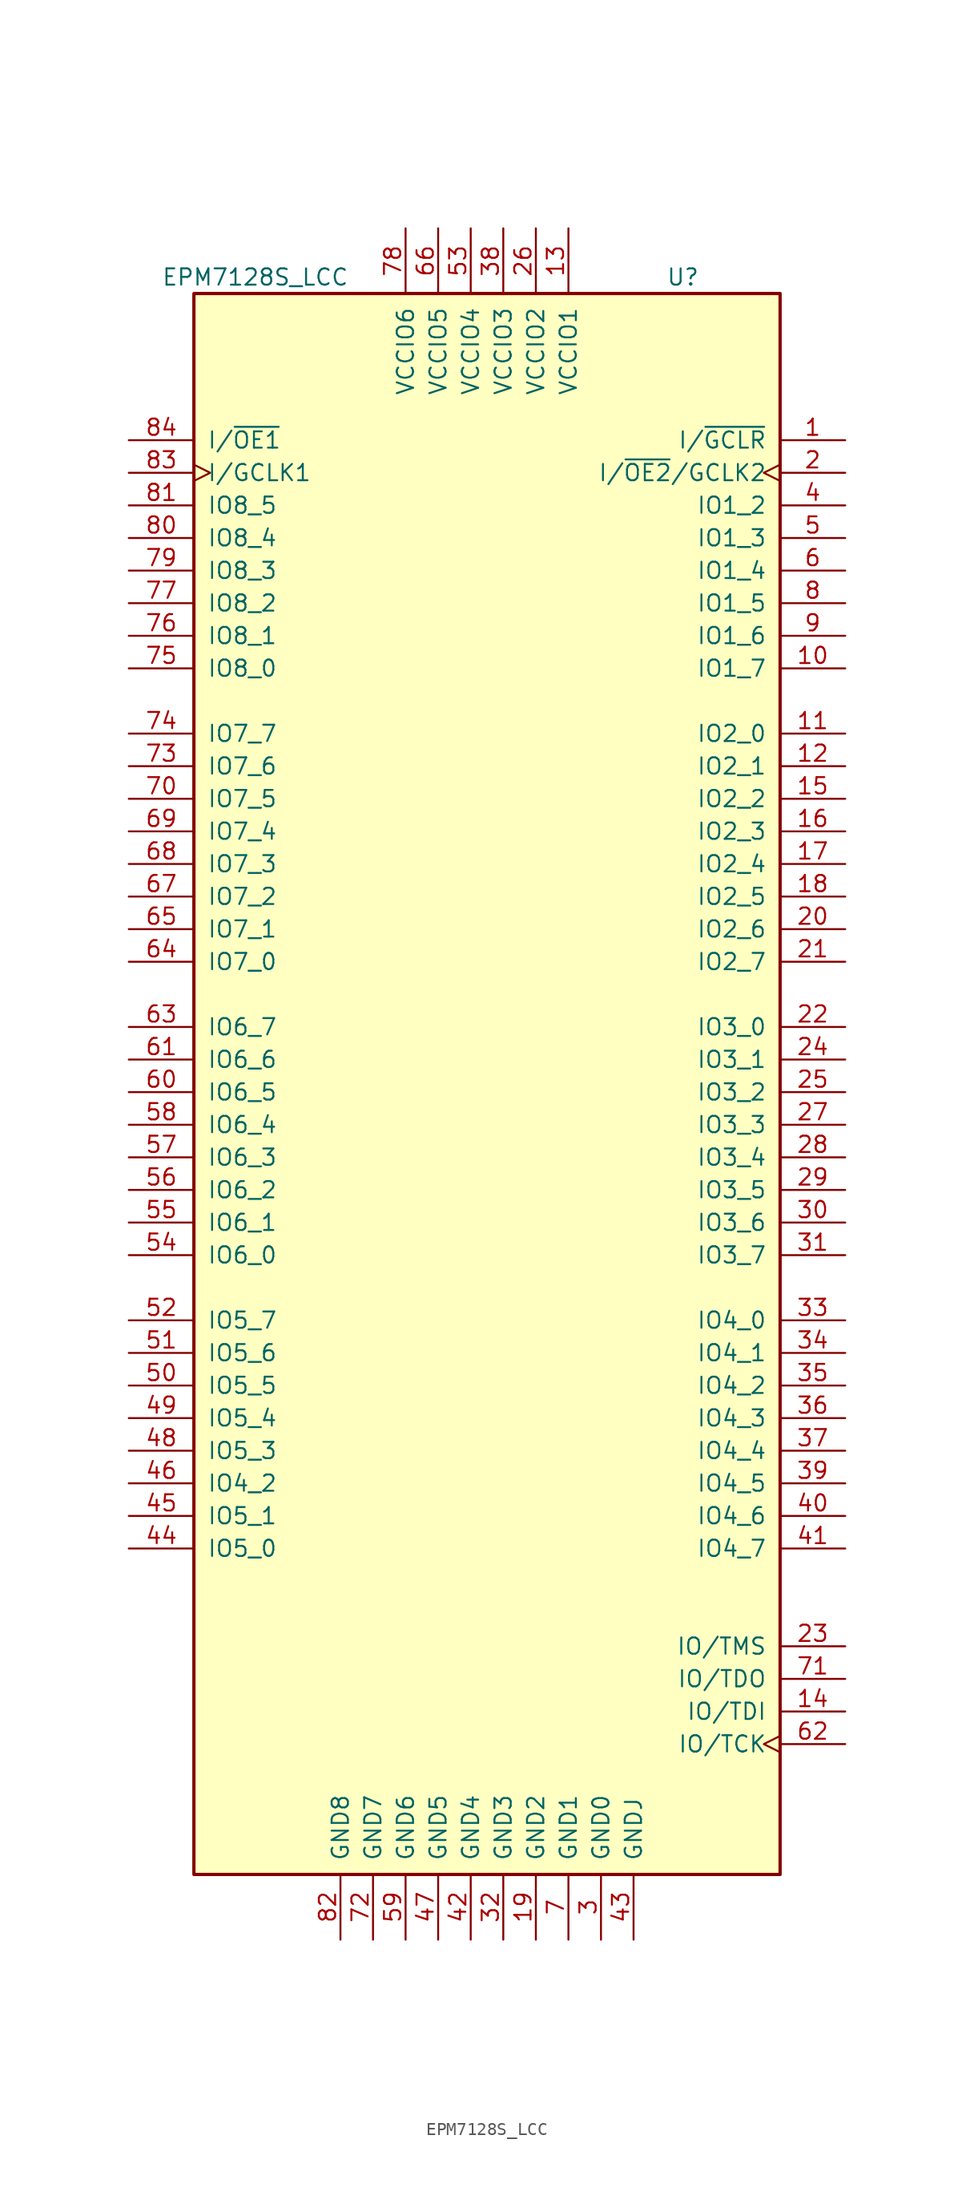
<source format=kicad_sym>
(kicad_symbol_lib
  (version 20241209)
  (generator "kicad_symbol_editor")
  (generator_version "9.0")
  (symbol "EPM7128S_LCC"
    (pin_names
      (offset 1.016))
    (property "Reference" "U"
      (at 13.97 50.8 0)
      (effects (font (size 1.27 1.27)) (justify left)))
    (property "Value" "EPM7128S_LCC"
      (at -25.4 50.8 0)
      (effects (font (size 1.27 1.27)) (justify left)))
    (symbol "EPM7128S_LCC_1_1"
      (rectangle (start -22.86 49.53) (end 22.86 -73.66) (stroke (width 0.254) (type default)) (fill (type background)))
      (pin input line (at -27.94 38.1 0) (length 5.08) (name "I/~{OE1}" (effects (font (size 1.27 1.27)))) (number "84" (effects (font (size 1.27 1.27)))))
      (pin input clock (at -27.94 35.56 0) (length 5.08) (name "I/GCLK1" (effects (font (size 1.27 1.27)))) (number "83" (effects (font (size 1.27 1.27)))))
      (pin bidirectional line (at -27.94 33.02 0) (length 5.08) (name "IO8_5" (effects (font (size 1.27 1.27)))) (number "81" (effects (font (size 1.27 1.27)))))
      (pin bidirectional line (at -27.94 30.48 0) (length 5.08) (name "IO8_4" (effects (font (size 1.27 1.27)))) (number "80" (effects (font (size 1.27 1.27)))))
      (pin bidirectional line (at -27.94 27.94 0) (length 5.08) (name "IO8_3" (effects (font (size 1.27 1.27)))) (number "79" (effects (font (size 1.27 1.27)))))
      (pin bidirectional line (at -27.94 25.4 0) (length 5.08) (name "IO8_2" (effects (font (size 1.27 1.27)))) (number "77" (effects (font (size 1.27 1.27)))))
      (pin bidirectional line (at -27.94 22.86 0) (length 5.08) (name "IO8_1" (effects (font (size 1.27 1.27)))) (number "76" (effects (font (size 1.27 1.27)))))
      (pin bidirectional line (at -27.94 20.32 0) (length 5.08) (name "IO8_0" (effects (font (size 1.27 1.27)))) (number "75" (effects (font (size 1.27 1.27)))))
      (pin bidirectional line (at -27.94 15.24 0) (length 5.08) (name "IO7_7" (effects (font (size 1.27 1.27)))) (number "74" (effects (font (size 1.27 1.27)))))
      (pin bidirectional line (at -27.94 12.7 0) (length 5.08) (name "IO7_6" (effects (font (size 1.27 1.27)))) (number "73" (effects (font (size 1.27 1.27)))))
      (pin bidirectional line (at -27.94 10.16 0) (length 5.08) (name "IO7_5" (effects (font (size 1.27 1.27)))) (number "70" (effects (font (size 1.27 1.27)))))
      (pin bidirectional line (at -27.94 7.62 0) (length 5.08) (name "IO7_4" (effects (font (size 1.27 1.27)))) (number "69" (effects (font (size 1.27 1.27)))))
      (pin bidirectional line (at -27.94 5.08 0) (length 5.08) (name "IO7_3" (effects (font (size 1.27 1.27)))) (number "68" (effects (font (size 1.27 1.27)))))
      (pin bidirectional line (at -27.94 2.54 0) (length 5.08) (name "IO7_2" (effects (font (size 1.27 1.27)))) (number "67" (effects (font (size 1.27 1.27)))))
      (pin bidirectional line (at -27.94 0 0) (length 5.08) (name "IO7_1" (effects (font (size 1.27 1.27)))) (number "65" (effects (font (size 1.27 1.27)))))
      (pin bidirectional line (at -27.94 -2.54 0) (length 5.08) (name "IO7_0" (effects (font (size 1.27 1.27)))) (number "64" (effects (font (size 1.27 1.27)))))
      (pin bidirectional line (at -27.94 -7.62 0) (length 5.08) (name "IO6_7" (effects (font (size 1.27 1.27)))) (number "63" (effects (font (size 1.27 1.27)))))
      (pin bidirectional line (at -27.94 -10.16 0) (length 5.08) (name "IO6_6" (effects (font (size 1.27 1.27)))) (number "61" (effects (font (size 1.27 1.27)))))
      (pin bidirectional line (at -27.94 -12.7 0) (length 5.08) (name "IO6_5" (effects (font (size 1.27 1.27)))) (number "60" (effects (font (size 1.27 1.27)))))
      (pin bidirectional line (at -27.94 -15.24 0) (length 5.08) (name "IO6_4" (effects (font (size 1.27 1.27)))) (number "58" (effects (font (size 1.27 1.27)))))
      (pin bidirectional line (at -27.94 -17.78 0) (length 5.08) (name "IO6_3" (effects (font (size 1.27 1.27)))) (number "57" (effects (font (size 1.27 1.27)))))
      (pin bidirectional line (at -27.94 -20.32 0) (length 5.08) (name "IO6_2" (effects (font (size 1.27 1.27)))) (number "56" (effects (font (size 1.27 1.27)))))
      (pin bidirectional line (at -27.94 -22.86 0) (length 5.08) (name "IO6_1" (effects (font (size 1.27 1.27)))) (number "55" (effects (font (size 1.27 1.27)))))
      (pin bidirectional line (at -27.94 -25.4 0) (length 5.08) (name "IO6_0" (effects (font (size 1.27 1.27)))) (number "54" (effects (font (size 1.27 1.27)))))
      (pin bidirectional line (at -27.94 -30.48 0) (length 5.08) (name "IO5_7" (effects (font (size 1.27 1.27)))) (number "52" (effects (font (size 1.27 1.27)))))
      (pin bidirectional line (at -27.94 -33.02 0) (length 5.08) (name "IO5_6" (effects (font (size 1.27 1.27)))) (number "51" (effects (font (size 1.27 1.27)))))
      (pin bidirectional line (at -27.94 -35.56 0) (length 5.08) (name "IO5_5" (effects (font (size 1.27 1.27)))) (number "50" (effects (font (size 1.27 1.27)))))
      (pin bidirectional line (at -27.94 -38.1 0) (length 5.08) (name "IO5_4" (effects (font (size 1.27 1.27)))) (number "49" (effects (font (size 1.27 1.27)))))
      (pin bidirectional line (at -27.94 -40.64 0) (length 5.08) (name "IO5_3" (effects (font (size 1.27 1.27)))) (number "48" (effects (font (size 1.27 1.27)))))
      (pin bidirectional line (at -27.94 -43.18 0) (length 5.08) (name "IO4_2" (effects (font (size 1.27 1.27)))) (number "46" (effects (font (size 1.27 1.27)))))
      (pin bidirectional line (at -27.94 -45.72 0) (length 5.08) (name "IO5_1" (effects (font (size 1.27 1.27)))) (number "45" (effects (font (size 1.27 1.27)))))
      (pin bidirectional line (at -27.94 -48.26 0) (length 5.08) (name "IO5_0" (effects (font (size 1.27 1.27)))) (number "44" (effects (font (size 1.27 1.27)))))
      (pin power_in line (at -11.43 -78.74 90) (length 5.08) (name "GND8" (effects (font (size 1.27 1.27)))) (number "82" (effects (font (size 1.27 1.27)))))
      (pin power_in line (at -8.89 -78.74 90) (length 5.08) (name "GND7" (effects (font (size 1.27 1.27)))) (number "72" (effects (font (size 1.27 1.27)))))
      (pin power_in line (at -6.35 54.61 270) (length 5.08) (name "VCCIO6" (effects (font (size 1.27 1.27)))) (number "78" (effects (font (size 1.27 1.27)))))
      (pin power_in line (at -6.35 -78.74 90) (length 5.08) (name "GND6" (effects (font (size 1.27 1.27)))) (number "59" (effects (font (size 1.27 1.27)))))
      (pin power_in line (at -3.81 54.61 270) (length 5.08) (name "VCCIO5" (effects (font (size 1.27 1.27)))) (number "66" (effects (font (size 1.27 1.27)))))
      (pin power_in line (at -3.81 -78.74 90) (length 5.08) (name "GND5" (effects (font (size 1.27 1.27)))) (number "47" (effects (font (size 1.27 1.27)))))
      (pin power_in line (at -1.27 54.61 270) (length 5.08) (name "VCCIO4" (effects (font (size 1.27 1.27)))) (number "53" (effects (font (size 1.27 1.27)))))
      (pin power_in line (at -1.27 -78.74 90) (length 5.08) (name "GND4" (effects (font (size 1.27 1.27)))) (number "42" (effects (font (size 1.27 1.27)))))
      (pin power_in line (at 1.27 54.61 270) (length 5.08) (name "VCCIO3" (effects (font (size 1.27 1.27)))) (number "38" (effects (font (size 1.27 1.27)))))
      (pin power_in line (at 1.27 -78.74 90) (length 5.08) (name "GND3" (effects (font (size 1.27 1.27)))) (number "32" (effects (font (size 1.27 1.27)))))
      (pin power_in line (at 3.81 54.61 270) (length 5.08) (name "VCCIO2" (effects (font (size 1.27 1.27)))) (number "26" (effects (font (size 1.27 1.27)))))
      (pin power_in line (at 3.81 -78.74 90) (length 5.08) (name "GND2" (effects (font (size 1.27 1.27)))) (number "19" (effects (font (size 1.27 1.27)))))
      (pin power_in line (at 6.35 54.61 270) (length 5.08) (name "VCCIO1" (effects (font (size 1.27 1.27)))) (number "13" (effects (font (size 1.27 1.27)))))
      (pin power_in line (at 6.35 -78.74 90) (length 5.08) (name "GND1" (effects (font (size 1.27 1.27)))) (number "7" (effects (font (size 1.27 1.27)))))
      (pin power_in line (at 8.89 -78.74 90) (length 5.08) (name "GND0" (effects (font (size 1.27 1.27)))) (number "3" (effects (font (size 1.27 1.27)))))
      (pin power_in line (at 11.43 -78.74 90) (length 5.08) (name "GNDJ" (effects (font (size 1.27 1.27)))) (number "43" (effects (font (size 1.27 1.27)))))
      (pin input line (at 27.94 38.1 180) (length 5.08) (name "I/~{GCLR}" (effects (font (size 1.27 1.27)))) (number "1" (effects (font (size 1.27 1.27)))))
      (pin input clock (at 27.94 35.56 180) (length 5.08) (name "I/~{OE2}/GCLK2" (effects (font (size 1.27 1.27)))) (number "2" (effects (font (size 1.27 1.27)))))
      (pin bidirectional line (at 27.94 33.02 180) (length 5.08) (name "IO1_2" (effects (font (size 1.27 1.27)))) (number "4" (effects (font (size 1.27 1.27)))))
      (pin bidirectional line (at 27.94 30.48 180) (length 5.08) (name "IO1_3" (effects (font (size 1.27 1.27)))) (number "5" (effects (font (size 1.27 1.27)))))
      (pin bidirectional line (at 27.94 27.94 180) (length 5.08) (name "IO1_4" (effects (font (size 1.27 1.27)))) (number "6" (effects (font (size 1.27 1.27)))))
      (pin bidirectional line (at 27.94 25.4 180) (length 5.08) (name "IO1_5" (effects (font (size 1.27 1.27)))) (number "8" (effects (font (size 1.27 1.27)))))
      (pin bidirectional line (at 27.94 22.86 180) (length 5.08) (name "IO1_6" (effects (font (size 1.27 1.27)))) (number "9" (effects (font (size 1.27 1.27)))))
      (pin bidirectional line (at 27.94 20.32 180) (length 5.08) (name "IO1_7" (effects (font (size 1.27 1.27)))) (number "10" (effects (font (size 1.27 1.27)))))
      (pin bidirectional line (at 27.94 15.24 180) (length 5.08) (name "IO2_0" (effects (font (size 1.27 1.27)))) (number "11" (effects (font (size 1.27 1.27)))))
      (pin bidirectional line (at 27.94 12.7 180) (length 5.08) (name "IO2_1" (effects (font (size 1.27 1.27)))) (number "12" (effects (font (size 1.27 1.27)))))
      (pin bidirectional line (at 27.94 10.16 180) (length 5.08) (name "IO2_2" (effects (font (size 1.27 1.27)))) (number "15" (effects (font (size 1.27 1.27)))))
      (pin bidirectional line (at 27.94 7.62 180) (length 5.08) (name "IO2_3" (effects (font (size 1.27 1.27)))) (number "16" (effects (font (size 1.27 1.27)))))
      (pin bidirectional line (at 27.94 5.08 180) (length 5.08) (name "IO2_4" (effects (font (size 1.27 1.27)))) (number "17" (effects (font (size 1.27 1.27)))))
      (pin bidirectional line (at 27.94 2.54 180) (length 5.08) (name "IO2_5" (effects (font (size 1.27 1.27)))) (number "18" (effects (font (size 1.27 1.27)))))
      (pin bidirectional line (at 27.94 0 180) (length 5.08) (name "IO2_6" (effects (font (size 1.27 1.27)))) (number "20" (effects (font (size 1.27 1.27)))))
      (pin bidirectional line (at 27.94 -2.54 180) (length 5.08) (name "IO2_7" (effects (font (size 1.27 1.27)))) (number "21" (effects (font (size 1.27 1.27)))))
      (pin bidirectional line (at 27.94 -7.62 180) (length 5.08) (name "IO3_0" (effects (font (size 1.27 1.27)))) (number "22" (effects (font (size 1.27 1.27)))))
      (pin bidirectional line (at 27.94 -10.16 180) (length 5.08) (name "IO3_1" (effects (font (size 1.27 1.27)))) (number "24" (effects (font (size 1.27 1.27)))))
      (pin bidirectional line (at 27.94 -12.7 180) (length 5.08) (name "IO3_2" (effects (font (size 1.27 1.27)))) (number "25" (effects (font (size 1.27 1.27)))))
      (pin bidirectional line (at 27.94 -15.24 180) (length 5.08) (name "IO3_3" (effects (font (size 1.27 1.27)))) (number "27" (effects (font (size 1.27 1.27)))))
      (pin bidirectional line (at 27.94 -17.78 180) (length 5.08) (name "IO3_4" (effects (font (size 1.27 1.27)))) (number "28" (effects (font (size 1.27 1.27)))))
      (pin bidirectional line (at 27.94 -20.32 180) (length 5.08) (name "IO3_5" (effects (font (size 1.27 1.27)))) (number "29" (effects (font (size 1.27 1.27)))))
      (pin bidirectional line (at 27.94 -22.86 180) (length 5.08) (name "IO3_6" (effects (font (size 1.27 1.27)))) (number "30" (effects (font (size 1.27 1.27)))))
      (pin bidirectional line (at 27.94 -25.4 180) (length 5.08) (name "IO3_7" (effects (font (size 1.27 1.27)))) (number "31" (effects (font (size 1.27 1.27)))))
      (pin bidirectional line (at 27.94 -30.48 180) (length 5.08) (name "IO4_0" (effects (font (size 1.27 1.27)))) (number "33" (effects (font (size 1.27 1.27)))))
      (pin bidirectional line (at 27.94 -33.02 180) (length 5.08) (name "IO4_1" (effects (font (size 1.27 1.27)))) (number "34" (effects (font (size 1.27 1.27)))))
      (pin bidirectional line (at 27.94 -35.56 180) (length 5.08) (name "IO4_2" (effects (font (size 1.27 1.27)))) (number "35" (effects (font (size 1.27 1.27)))))
      (pin bidirectional line (at 27.94 -38.1 180) (length 5.08) (name "IO4_3" (effects (font (size 1.27 1.27)))) (number "36" (effects (font (size 1.27 1.27)))))
      (pin bidirectional line (at 27.94 -40.64 180) (length 5.08) (name "IO4_4" (effects (font (size 1.27 1.27)))) (number "37" (effects (font (size 1.27 1.27)))))
      (pin bidirectional line (at 27.94 -43.18 180) (length 5.08) (name "IO4_5" (effects (font (size 1.27 1.27)))) (number "39" (effects (font (size 1.27 1.27)))))
      (pin bidirectional line (at 27.94 -45.72 180) (length 5.08) (name "IO4_6" (effects (font (size 1.27 1.27)))) (number "40" (effects (font (size 1.27 1.27)))))
      (pin bidirectional line (at 27.94 -48.26 180) (length 5.08) (name "IO4_7" (effects (font (size 1.27 1.27)))) (number "41" (effects (font (size 1.27 1.27)))))
      (pin bidirectional line (at 27.94 -55.88 180) (length 5.08) (name "IO/TMS" (effects (font (size 1.27 1.27)))) (number "23" (effects (font (size 1.27 1.27)))))
      (pin bidirectional line (at 27.94 -58.42 180) (length 5.08) (name "IO/TDO" (effects (font (size 1.27 1.27)))) (number "71" (effects (font (size 1.27 1.27)))))
      (pin bidirectional line (at 27.94 -60.96 180) (length 5.08) (name "IO/TDI" (effects (font (size 1.27 1.27)))) (number "14" (effects (font (size 1.27 1.27)))))
      (pin bidirectional clock (at 27.94 -63.5 180) (length 5.08) (name "IO/TCK" (effects (font (size 1.27 1.27)))) (number "62" (effects (font (size 1.27 1.27))))))))
</source>
